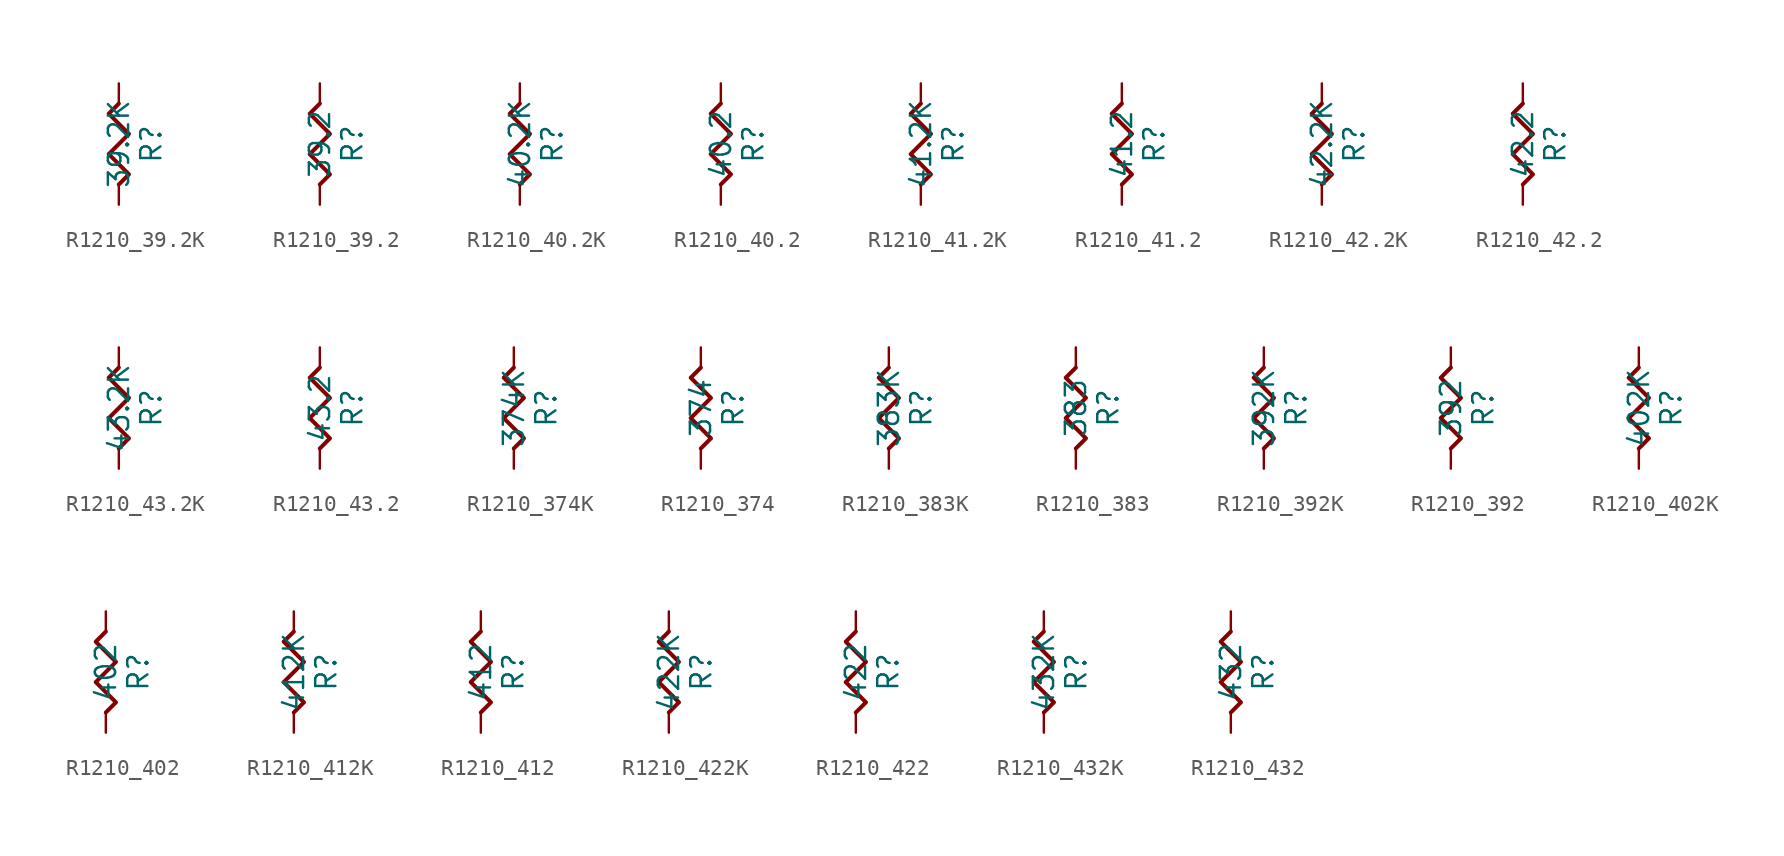
<source format=kicad_sym>
(kicad_symbol_lib
  (version 20211014)
  (generator atlantix-eda)
  (symbol "R1210_39.2K"
    (pin_numbers hide)
    (pin_names
      (offset 0))
    (property "Reference" "R"
      (at 2.032 0 90)
      (effects (font (size 1.27 1.27))))
    (property "Value" "39.2K"
      (at 0 0 90)
      (effects (font (size 1.27 1.27))))
    (symbol "R1210_39.2K_0_1"
      (polyline (pts (xy 0 -2.54) (xy 0.635 -1.905) (xy -0.635 -0.635) (xy 0.635 0.635) (xy -0.635 1.905) (xy 0 2.54)) (stroke (width 0.254) (type default) (color 0 0 0 0)) (fill (type none))))
    (symbol "R1210_39.2K_1_1"
      (pin passive line (at 0 3.81 270) (length 1.27) (name "~" (effects (font (size 1.27 1.27)))) (number "1" (effects (font (size 1.27 1.27)))))
      (pin passive line (at 0 -3.81 90) (length 1.27) (name "~" (effects (font (size 1.27 1.27)))) (number "2" (effects (font (size 1.27 1.27)))))))
  (symbol "R1210_39.2"
    (pin_numbers hide)
    (pin_names
      (offset 0))
    (property "Reference" "R"
      (at 2.032 0 90)
      (effects (font (size 1.27 1.27))))
    (property "Value" "39.2"
      (at 0 0 90)
      (effects (font (size 1.27 1.27))))
    (symbol "R1210_39.2_0_1"
      (polyline (pts (xy 0 -2.54) (xy 0.635 -1.905) (xy -0.635 -0.635) (xy 0.635 0.635) (xy -0.635 1.905) (xy 0 2.54)) (stroke (width 0.254) (type default) (color 0 0 0 0)) (fill (type none))))
    (symbol "R1210_39.2_1_1"
      (pin passive line (at 0 3.81 270) (length 1.27) (name "~" (effects (font (size 1.27 1.27)))) (number "1" (effects (font (size 1.27 1.27)))))
      (pin passive line (at 0 -3.81 90) (length 1.27) (name "~" (effects (font (size 1.27 1.27)))) (number "2" (effects (font (size 1.27 1.27)))))))
  (symbol "R1210_40.2K"
    (pin_numbers hide)
    (pin_names
      (offset 0))
    (property "Reference" "R"
      (at 2.032 0 90)
      (effects (font (size 1.27 1.27))))
    (property "Value" "40.2K"
      (at 0 0 90)
      (effects (font (size 1.27 1.27))))
    (symbol "R1210_40.2K_0_1"
      (polyline (pts (xy 0 -2.54) (xy 0.635 -1.905) (xy -0.635 -0.635) (xy 0.635 0.635) (xy -0.635 1.905) (xy 0 2.54)) (stroke (width 0.254) (type default) (color 0 0 0 0)) (fill (type none))))
    (symbol "R1210_40.2K_1_1"
      (pin passive line (at 0 3.81 270) (length 1.27) (name "~" (effects (font (size 1.27 1.27)))) (number "1" (effects (font (size 1.27 1.27)))))
      (pin passive line (at 0 -3.81 90) (length 1.27) (name "~" (effects (font (size 1.27 1.27)))) (number "2" (effects (font (size 1.27 1.27)))))))
  (symbol "R1210_40.2"
    (pin_numbers hide)
    (pin_names
      (offset 0))
    (property "Reference" "R"
      (at 2.032 0 90)
      (effects (font (size 1.27 1.27))))
    (property "Value" "40.2"
      (at 0 0 90)
      (effects (font (size 1.27 1.27))))
    (symbol "R1210_40.2_0_1"
      (polyline (pts (xy 0 -2.54) (xy 0.635 -1.905) (xy -0.635 -0.635) (xy 0.635 0.635) (xy -0.635 1.905) (xy 0 2.54)) (stroke (width 0.254) (type default) (color 0 0 0 0)) (fill (type none))))
    (symbol "R1210_40.2_1_1"
      (pin passive line (at 0 3.81 270) (length 1.27) (name "~" (effects (font (size 1.27 1.27)))) (number "1" (effects (font (size 1.27 1.27)))))
      (pin passive line (at 0 -3.81 90) (length 1.27) (name "~" (effects (font (size 1.27 1.27)))) (number "2" (effects (font (size 1.27 1.27)))))))
  (symbol "R1210_41.2K"
    (pin_numbers hide)
    (pin_names
      (offset 0))
    (property "Reference" "R"
      (at 2.032 0 90)
      (effects (font (size 1.27 1.27))))
    (property "Value" "41.2K"
      (at 0 0 90)
      (effects (font (size 1.27 1.27))))
    (symbol "R1210_41.2K_0_1"
      (polyline (pts (xy 0 -2.54) (xy 0.635 -1.905) (xy -0.635 -0.635) (xy 0.635 0.635) (xy -0.635 1.905) (xy 0 2.54)) (stroke (width 0.254) (type default) (color 0 0 0 0)) (fill (type none))))
    (symbol "R1210_41.2K_1_1"
      (pin passive line (at 0 3.81 270) (length 1.27) (name "~" (effects (font (size 1.27 1.27)))) (number "1" (effects (font (size 1.27 1.27)))))
      (pin passive line (at 0 -3.81 90) (length 1.27) (name "~" (effects (font (size 1.27 1.27)))) (number "2" (effects (font (size 1.27 1.27)))))))
  (symbol "R1210_41.2"
    (pin_numbers hide)
    (pin_names
      (offset 0))
    (property "Reference" "R"
      (at 2.032 0 90)
      (effects (font (size 1.27 1.27))))
    (property "Value" "41.2"
      (at 0 0 90)
      (effects (font (size 1.27 1.27))))
    (symbol "R1210_41.2_0_1"
      (polyline (pts (xy 0 -2.54) (xy 0.635 -1.905) (xy -0.635 -0.635) (xy 0.635 0.635) (xy -0.635 1.905) (xy 0 2.54)) (stroke (width 0.254) (type default) (color 0 0 0 0)) (fill (type none))))
    (symbol "R1210_41.2_1_1"
      (pin passive line (at 0 3.81 270) (length 1.27) (name "~" (effects (font (size 1.27 1.27)))) (number "1" (effects (font (size 1.27 1.27)))))
      (pin passive line (at 0 -3.81 90) (length 1.27) (name "~" (effects (font (size 1.27 1.27)))) (number "2" (effects (font (size 1.27 1.27)))))))
  (symbol "R1210_42.2K"
    (pin_numbers hide)
    (pin_names
      (offset 0))
    (property "Reference" "R"
      (at 2.032 0 90)
      (effects (font (size 1.27 1.27))))
    (property "Value" "42.2K"
      (at 0 0 90)
      (effects (font (size 1.27 1.27))))
    (symbol "R1210_42.2K_0_1"
      (polyline (pts (xy 0 -2.54) (xy 0.635 -1.905) (xy -0.635 -0.635) (xy 0.635 0.635) (xy -0.635 1.905) (xy 0 2.54)) (stroke (width 0.254) (type default) (color 0 0 0 0)) (fill (type none))))
    (symbol "R1210_42.2K_1_1"
      (pin passive line (at 0 3.81 270) (length 1.27) (name "~" (effects (font (size 1.27 1.27)))) (number "1" (effects (font (size 1.27 1.27)))))
      (pin passive line (at 0 -3.81 90) (length 1.27) (name "~" (effects (font (size 1.27 1.27)))) (number "2" (effects (font (size 1.27 1.27)))))))
  (symbol "R1210_42.2"
    (pin_numbers hide)
    (pin_names
      (offset 0))
    (property "Reference" "R"
      (at 2.032 0 90)
      (effects (font (size 1.27 1.27))))
    (property "Value" "42.2"
      (at 0 0 90)
      (effects (font (size 1.27 1.27))))
    (symbol "R1210_42.2_0_1"
      (polyline (pts (xy 0 -2.54) (xy 0.635 -1.905) (xy -0.635 -0.635) (xy 0.635 0.635) (xy -0.635 1.905) (xy 0 2.54)) (stroke (width 0.254) (type default) (color 0 0 0 0)) (fill (type none))))
    (symbol "R1210_42.2_1_1"
      (pin passive line (at 0 3.81 270) (length 1.27) (name "~" (effects (font (size 1.27 1.27)))) (number "1" (effects (font (size 1.27 1.27)))))
      (pin passive line (at 0 -3.81 90) (length 1.27) (name "~" (effects (font (size 1.27 1.27)))) (number "2" (effects (font (size 1.27 1.27)))))))
  (symbol "R1210_43.2K"
    (pin_numbers hide)
    (pin_names
      (offset 0))
    (property "Reference" "R"
      (at 2.032 0 90)
      (effects (font (size 1.27 1.27))))
    (property "Value" "43.2K"
      (at 0 0 90)
      (effects (font (size 1.27 1.27))))
    (symbol "R1210_43.2K_0_1"
      (polyline (pts (xy 0 -2.54) (xy 0.635 -1.905) (xy -0.635 -0.635) (xy 0.635 0.635) (xy -0.635 1.905) (xy 0 2.54)) (stroke (width 0.254) (type default) (color 0 0 0 0)) (fill (type none))))
    (symbol "R1210_43.2K_1_1"
      (pin passive line (at 0 3.81 270) (length 1.27) (name "~" (effects (font (size 1.27 1.27)))) (number "1" (effects (font (size 1.27 1.27)))))
      (pin passive line (at 0 -3.81 90) (length 1.27) (name "~" (effects (font (size 1.27 1.27)))) (number "2" (effects (font (size 1.27 1.27)))))))
  (symbol "R1210_43.2"
    (pin_numbers hide)
    (pin_names
      (offset 0))
    (property "Reference" "R"
      (at 2.032 0 90)
      (effects (font (size 1.27 1.27))))
    (property "Value" "43.2"
      (at 0 0 90)
      (effects (font (size 1.27 1.27))))
    (symbol "R1210_43.2_0_1"
      (polyline (pts (xy 0 -2.54) (xy 0.635 -1.905) (xy -0.635 -0.635) (xy 0.635 0.635) (xy -0.635 1.905) (xy 0 2.54)) (stroke (width 0.254) (type default) (color 0 0 0 0)) (fill (type none))))
    (symbol "R1210_43.2_1_1"
      (pin passive line (at 0 3.81 270) (length 1.27) (name "~" (effects (font (size 1.27 1.27)))) (number "1" (effects (font (size 1.27 1.27)))))
      (pin passive line (at 0 -3.81 90) (length 1.27) (name "~" (effects (font (size 1.27 1.27)))) (number "2" (effects (font (size 1.27 1.27)))))))
  (symbol "R1210_374K"
    (pin_numbers hide)
    (pin_names
      (offset 0))
    (property "Reference" "R"
      (at 2.032 0 90)
      (effects (font (size 1.27 1.27))))
    (property "Value" "374K"
      (at 0 0 90)
      (effects (font (size 1.27 1.27))))
    (symbol "R1210_374K_0_1"
      (polyline (pts (xy 0 -2.54) (xy 0.635 -1.905) (xy -0.635 -0.635) (xy 0.635 0.635) (xy -0.635 1.905) (xy 0 2.54)) (stroke (width 0.254) (type default) (color 0 0 0 0)) (fill (type none))))
    (symbol "R1210_374K_1_1"
      (pin passive line (at 0 3.81 270) (length 1.27) (name "~" (effects (font (size 1.27 1.27)))) (number "1" (effects (font (size 1.27 1.27)))))
      (pin passive line (at 0 -3.81 90) (length 1.27) (name "~" (effects (font (size 1.27 1.27)))) (number "2" (effects (font (size 1.27 1.27)))))))
  (symbol "R1210_374"
    (pin_numbers hide)
    (pin_names
      (offset 0))
    (property "Reference" "R"
      (at 2.032 0 90)
      (effects (font (size 1.27 1.27))))
    (property "Value" "374"
      (at 0 0 90)
      (effects (font (size 1.27 1.27))))
    (symbol "R1210_374_0_1"
      (polyline (pts (xy 0 -2.54) (xy 0.635 -1.905) (xy -0.635 -0.635) (xy 0.635 0.635) (xy -0.635 1.905) (xy 0 2.54)) (stroke (width 0.254) (type default) (color 0 0 0 0)) (fill (type none))))
    (symbol "R1210_374_1_1"
      (pin passive line (at 0 3.81 270) (length 1.27) (name "~" (effects (font (size 1.27 1.27)))) (number "1" (effects (font (size 1.27 1.27)))))
      (pin passive line (at 0 -3.81 90) (length 1.27) (name "~" (effects (font (size 1.27 1.27)))) (number "2" (effects (font (size 1.27 1.27)))))))
  (symbol "R1210_383K"
    (pin_numbers hide)
    (pin_names
      (offset 0))
    (property "Reference" "R"
      (at 2.032 0 90)
      (effects (font (size 1.27 1.27))))
    (property "Value" "383K"
      (at 0 0 90)
      (effects (font (size 1.27 1.27))))
    (symbol "R1210_383K_0_1"
      (polyline (pts (xy 0 -2.54) (xy 0.635 -1.905) (xy -0.635 -0.635) (xy 0.635 0.635) (xy -0.635 1.905) (xy 0 2.54)) (stroke (width 0.254) (type default) (color 0 0 0 0)) (fill (type none))))
    (symbol "R1210_383K_1_1"
      (pin passive line (at 0 3.81 270) (length 1.27) (name "~" (effects (font (size 1.27 1.27)))) (number "1" (effects (font (size 1.27 1.27)))))
      (pin passive line (at 0 -3.81 90) (length 1.27) (name "~" (effects (font (size 1.27 1.27)))) (number "2" (effects (font (size 1.27 1.27)))))))
  (symbol "R1210_383"
    (pin_numbers hide)
    (pin_names
      (offset 0))
    (property "Reference" "R"
      (at 2.032 0 90)
      (effects (font (size 1.27 1.27))))
    (property "Value" "383"
      (at 0 0 90)
      (effects (font (size 1.27 1.27))))
    (symbol "R1210_383_0_1"
      (polyline (pts (xy 0 -2.54) (xy 0.635 -1.905) (xy -0.635 -0.635) (xy 0.635 0.635) (xy -0.635 1.905) (xy 0 2.54)) (stroke (width 0.254) (type default) (color 0 0 0 0)) (fill (type none))))
    (symbol "R1210_383_1_1"
      (pin passive line (at 0 3.81 270) (length 1.27) (name "~" (effects (font (size 1.27 1.27)))) (number "1" (effects (font (size 1.27 1.27)))))
      (pin passive line (at 0 -3.81 90) (length 1.27) (name "~" (effects (font (size 1.27 1.27)))) (number "2" (effects (font (size 1.27 1.27)))))))
  (symbol "R1210_392K"
    (pin_numbers hide)
    (pin_names
      (offset 0))
    (property "Reference" "R"
      (at 2.032 0 90)
      (effects (font (size 1.27 1.27))))
    (property "Value" "392K"
      (at 0 0 90)
      (effects (font (size 1.27 1.27))))
    (symbol "R1210_392K_0_1"
      (polyline (pts (xy 0 -2.54) (xy 0.635 -1.905) (xy -0.635 -0.635) (xy 0.635 0.635) (xy -0.635 1.905) (xy 0 2.54)) (stroke (width 0.254) (type default) (color 0 0 0 0)) (fill (type none))))
    (symbol "R1210_392K_1_1"
      (pin passive line (at 0 3.81 270) (length 1.27) (name "~" (effects (font (size 1.27 1.27)))) (number "1" (effects (font (size 1.27 1.27)))))
      (pin passive line (at 0 -3.81 90) (length 1.27) (name "~" (effects (font (size 1.27 1.27)))) (number "2" (effects (font (size 1.27 1.27)))))))
  (symbol "R1210_392"
    (pin_numbers hide)
    (pin_names
      (offset 0))
    (property "Reference" "R"
      (at 2.032 0 90)
      (effects (font (size 1.27 1.27))))
    (property "Value" "392"
      (at 0 0 90)
      (effects (font (size 1.27 1.27))))
    (symbol "R1210_392_0_1"
      (polyline (pts (xy 0 -2.54) (xy 0.635 -1.905) (xy -0.635 -0.635) (xy 0.635 0.635) (xy -0.635 1.905) (xy 0 2.54)) (stroke (width 0.254) (type default) (color 0 0 0 0)) (fill (type none))))
    (symbol "R1210_392_1_1"
      (pin passive line (at 0 3.81 270) (length 1.27) (name "~" (effects (font (size 1.27 1.27)))) (number "1" (effects (font (size 1.27 1.27)))))
      (pin passive line (at 0 -3.81 90) (length 1.27) (name "~" (effects (font (size 1.27 1.27)))) (number "2" (effects (font (size 1.27 1.27)))))))
  (symbol "R1210_402K"
    (pin_numbers hide)
    (pin_names
      (offset 0))
    (property "Reference" "R"
      (at 2.032 0 90)
      (effects (font (size 1.27 1.27))))
    (property "Value" "402K"
      (at 0 0 90)
      (effects (font (size 1.27 1.27))))
    (symbol "R1210_402K_0_1"
      (polyline (pts (xy 0 -2.54) (xy 0.635 -1.905) (xy -0.635 -0.635) (xy 0.635 0.635) (xy -0.635 1.905) (xy 0 2.54)) (stroke (width 0.254) (type default) (color 0 0 0 0)) (fill (type none))))
    (symbol "R1210_402K_1_1"
      (pin passive line (at 0 3.81 270) (length 1.27) (name "~" (effects (font (size 1.27 1.27)))) (number "1" (effects (font (size 1.27 1.27)))))
      (pin passive line (at 0 -3.81 90) (length 1.27) (name "~" (effects (font (size 1.27 1.27)))) (number "2" (effects (font (size 1.27 1.27)))))))
  (symbol "R1210_402"
    (pin_numbers hide)
    (pin_names
      (offset 0))
    (property "Reference" "R"
      (at 2.032 0 90)
      (effects (font (size 1.27 1.27))))
    (property "Value" "402"
      (at 0 0 90)
      (effects (font (size 1.27 1.27))))
    (symbol "R1210_402_0_1"
      (polyline (pts (xy 0 -2.54) (xy 0.635 -1.905) (xy -0.635 -0.635) (xy 0.635 0.635) (xy -0.635 1.905) (xy 0 2.54)) (stroke (width 0.254) (type default) (color 0 0 0 0)) (fill (type none))))
    (symbol "R1210_402_1_1"
      (pin passive line (at 0 3.81 270) (length 1.27) (name "~" (effects (font (size 1.27 1.27)))) (number "1" (effects (font (size 1.27 1.27)))))
      (pin passive line (at 0 -3.81 90) (length 1.27) (name "~" (effects (font (size 1.27 1.27)))) (number "2" (effects (font (size 1.27 1.27)))))))
  (symbol "R1210_412K"
    (pin_numbers hide)
    (pin_names
      (offset 0))
    (property "Reference" "R"
      (at 2.032 0 90)
      (effects (font (size 1.27 1.27))))
    (property "Value" "412K"
      (at 0 0 90)
      (effects (font (size 1.27 1.27))))
    (symbol "R1210_412K_0_1"
      (polyline (pts (xy 0 -2.54) (xy 0.635 -1.905) (xy -0.635 -0.635) (xy 0.635 0.635) (xy -0.635 1.905) (xy 0 2.54)) (stroke (width 0.254) (type default) (color 0 0 0 0)) (fill (type none))))
    (symbol "R1210_412K_1_1"
      (pin passive line (at 0 3.81 270) (length 1.27) (name "~" (effects (font (size 1.27 1.27)))) (number "1" (effects (font (size 1.27 1.27)))))
      (pin passive line (at 0 -3.81 90) (length 1.27) (name "~" (effects (font (size 1.27 1.27)))) (number "2" (effects (font (size 1.27 1.27)))))))
  (symbol "R1210_412"
    (pin_numbers hide)
    (pin_names
      (offset 0))
    (property "Reference" "R"
      (at 2.032 0 90)
      (effects (font (size 1.27 1.27))))
    (property "Value" "412"
      (at 0 0 90)
      (effects (font (size 1.27 1.27))))
    (symbol "R1210_412_0_1"
      (polyline (pts (xy 0 -2.54) (xy 0.635 -1.905) (xy -0.635 -0.635) (xy 0.635 0.635) (xy -0.635 1.905) (xy 0 2.54)) (stroke (width 0.254) (type default) (color 0 0 0 0)) (fill (type none))))
    (symbol "R1210_412_1_1"
      (pin passive line (at 0 3.81 270) (length 1.27) (name "~" (effects (font (size 1.27 1.27)))) (number "1" (effects (font (size 1.27 1.27)))))
      (pin passive line (at 0 -3.81 90) (length 1.27) (name "~" (effects (font (size 1.27 1.27)))) (number "2" (effects (font (size 1.27 1.27)))))))
  (symbol "R1210_422K"
    (pin_numbers hide)
    (pin_names
      (offset 0))
    (property "Reference" "R"
      (at 2.032 0 90)
      (effects (font (size 1.27 1.27))))
    (property "Value" "422K"
      (at 0 0 90)
      (effects (font (size 1.27 1.27))))
    (symbol "R1210_422K_0_1"
      (polyline (pts (xy 0 -2.54) (xy 0.635 -1.905) (xy -0.635 -0.635) (xy 0.635 0.635) (xy -0.635 1.905) (xy 0 2.54)) (stroke (width 0.254) (type default) (color 0 0 0 0)) (fill (type none))))
    (symbol "R1210_422K_1_1"
      (pin passive line (at 0 3.81 270) (length 1.27) (name "~" (effects (font (size 1.27 1.27)))) (number "1" (effects (font (size 1.27 1.27)))))
      (pin passive line (at 0 -3.81 90) (length 1.27) (name "~" (effects (font (size 1.27 1.27)))) (number "2" (effects (font (size 1.27 1.27)))))))
  (symbol "R1210_422"
    (pin_numbers hide)
    (pin_names
      (offset 0))
    (property "Reference" "R"
      (at 2.032 0 90)
      (effects (font (size 1.27 1.27))))
    (property "Value" "422"
      (at 0 0 90)
      (effects (font (size 1.27 1.27))))
    (symbol "R1210_422_0_1"
      (polyline (pts (xy 0 -2.54) (xy 0.635 -1.905) (xy -0.635 -0.635) (xy 0.635 0.635) (xy -0.635 1.905) (xy 0 2.54)) (stroke (width 0.254) (type default) (color 0 0 0 0)) (fill (type none))))
    (symbol "R1210_422_1_1"
      (pin passive line (at 0 3.81 270) (length 1.27) (name "~" (effects (font (size 1.27 1.27)))) (number "1" (effects (font (size 1.27 1.27)))))
      (pin passive line (at 0 -3.81 90) (length 1.27) (name "~" (effects (font (size 1.27 1.27)))) (number "2" (effects (font (size 1.27 1.27)))))))
  (symbol "R1210_432K"
    (pin_numbers hide)
    (pin_names
      (offset 0))
    (property "Reference" "R"
      (at 2.032 0 90)
      (effects (font (size 1.27 1.27))))
    (property "Value" "432K"
      (at 0 0 90)
      (effects (font (size 1.27 1.27))))
    (symbol "R1210_432K_0_1"
      (polyline (pts (xy 0 -2.54) (xy 0.635 -1.905) (xy -0.635 -0.635) (xy 0.635 0.635) (xy -0.635 1.905) (xy 0 2.54)) (stroke (width 0.254) (type default) (color 0 0 0 0)) (fill (type none))))
    (symbol "R1210_432K_1_1"
      (pin passive line (at 0 3.81 270) (length 1.27) (name "~" (effects (font (size 1.27 1.27)))) (number "1" (effects (font (size 1.27 1.27)))))
      (pin passive line (at 0 -3.81 90) (length 1.27) (name "~" (effects (font (size 1.27 1.27)))) (number "2" (effects (font (size 1.27 1.27)))))))
  (symbol "R1210_432"
    (pin_numbers hide)
    (pin_names
      (offset 0))
    (property "Reference" "R"
      (at 2.032 0 90)
      (effects (font (size 1.27 1.27))))
    (property "Value" "432"
      (at 0 0 90)
      (effects (font (size 1.27 1.27))))
    (symbol "R1210_432_0_1"
      (polyline (pts (xy 0 -2.54) (xy 0.635 -1.905) (xy -0.635 -0.635) (xy 0.635 0.635) (xy -0.635 1.905) (xy 0 2.54)) (stroke (width 0.254) (type default) (color 0 0 0 0)) (fill (type none))))
    (symbol "R1210_432_1_1"
      (pin passive line (at 0 3.81 270) (length 1.27) (name "~" (effects (font (size 1.27 1.27)))) (number "1" (effects (font (size 1.27 1.27)))))
      (pin passive line (at 0 -3.81 90) (length 1.27) (name "~" (effects (font (size 1.27 1.27)))) (number "2" (effects (font (size 1.27 1.27))))))))
</source>
